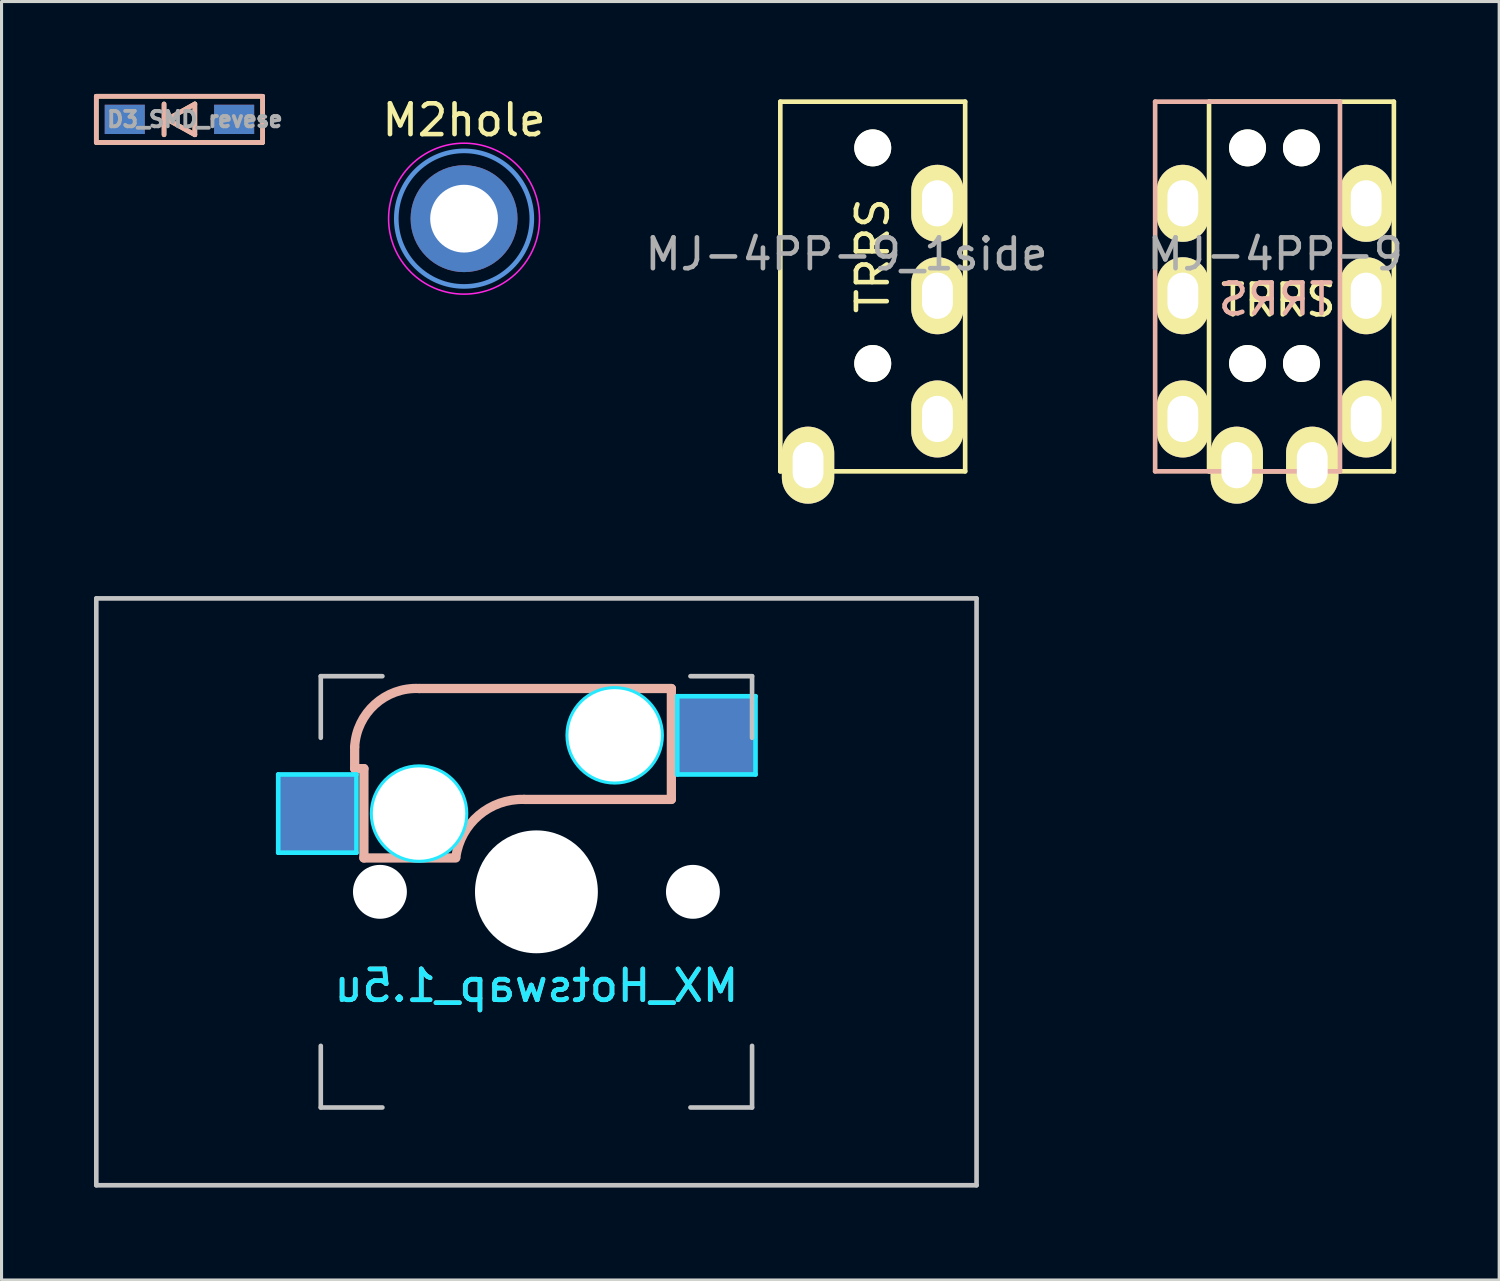
<source format=kicad_pcb>
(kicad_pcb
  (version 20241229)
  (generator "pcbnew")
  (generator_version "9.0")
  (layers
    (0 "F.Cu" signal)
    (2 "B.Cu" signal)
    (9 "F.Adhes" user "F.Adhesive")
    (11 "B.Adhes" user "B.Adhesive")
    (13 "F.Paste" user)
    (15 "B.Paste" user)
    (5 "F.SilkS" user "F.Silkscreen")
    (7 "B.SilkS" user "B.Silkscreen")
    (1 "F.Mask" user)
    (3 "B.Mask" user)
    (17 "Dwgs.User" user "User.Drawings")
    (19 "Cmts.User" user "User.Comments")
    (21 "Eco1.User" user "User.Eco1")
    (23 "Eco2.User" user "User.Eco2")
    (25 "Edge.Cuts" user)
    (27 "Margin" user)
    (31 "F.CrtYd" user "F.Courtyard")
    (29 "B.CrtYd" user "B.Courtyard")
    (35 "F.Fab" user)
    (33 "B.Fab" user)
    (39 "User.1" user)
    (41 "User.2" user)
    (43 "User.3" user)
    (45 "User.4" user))
  (footprint "D3_SMD_revese"
    (layer "F.Cu")
    (at 2.775 0.825)
    (property "Reference" "D3_SMD_revese" (at 0.5 0 0) (layer "F.Fab") (effects (font (size 0.5 0.5) (thickness 0.125))))
    (attr through_hole)
    (fp_line (start -2.7 -0.75) (end -2.7 0.75) (stroke (width 0.15) (type solid)) (layer "F.SilkS"))
    (fp_line (start -2.7 0.75) (end 2.7 0.75) (stroke (width 0.15) (type solid)) (layer "F.SilkS"))
    (fp_line (start -0.5 -0.5) (end -0.5 0.5) (stroke (width 0.15) (type solid)) (layer "F.SilkS"))
    (fp_line (start -0.4 0) (end 0.5 -0.5) (stroke (width 0.15) (type solid)) (layer "F.SilkS"))
    (fp_line (start 0.5 -0.5) (end 0.5 0.5) (stroke (width 0.15) (type solid)) (layer "F.SilkS"))
    (fp_line (start 0.5 0.5) (end -0.4 0) (stroke (width 0.15) (type solid)) (layer "F.SilkS"))
    (fp_line (start 2.7 -0.75) (end -2.7 -0.75) (stroke (width 0.15) (type solid)) (layer "F.SilkS"))
    (fp_line (start 2.7 -0.75) (end 2.7 0.75) (stroke (width 0.15) (type solid)) (layer "F.SilkS"))
    (fp_line (start -2.7 -0.75) (end -2.7 0.75) (stroke (width 0.15) (type solid)) (layer "B.SilkS"))
    (fp_line (start -2.7 0.75) (end 2.7 0.75) (stroke (width 0.15) (type solid)) (layer "B.SilkS"))
    (fp_line (start -0.5 -0.5) (end -0.5 0.5) (stroke (width 0.15) (type solid)) (layer "B.SilkS"))
    (fp_line (start -0.4 0) (end 0.5 -0.5) (stroke (width 0.15) (type solid)) (layer "B.SilkS"))
    (fp_line (start 0.5 -0.5) (end 0.5 0.5) (stroke (width 0.15) (type solid)) (layer "B.SilkS"))
    (fp_line (start 0.5 0.5) (end -0.4 0) (stroke (width 0.15) (type solid)) (layer "B.SilkS"))
    (fp_line (start 2.7 -0.75) (end -2.7 -0.75) (stroke (width 0.15) (type solid)) (layer "B.SilkS"))
    (fp_line (start 2.7 0.75) (end 2.7 -0.75) (stroke (width 0.15) (type solid)) (layer "B.SilkS"))
    (pad "1" smd rect (at -1.775 0) (size 1.3 0.95) (layers "F.Cu" "F.Mask" "F.Paste"))
    (pad "1" smd rect (at -1.775 0) (size 1.3 0.95) (layers "B.Cu" "B.Mask" "B.Paste"))
    (pad "2" smd rect (at 1.775 0) (size 1.3 0.95) (layers "F.Cu" "F.Mask" "F.Paste"))
    (pad "2" smd rect (at 1.775 0) (size 1.3 0.95) (layers "B.Cu" "B.Mask" "B.Paste")))
  (footprint "MJ-4PP-9"
    (layer "F.Cu")
    (at 39.197 0.25)
    (property "Reference" "MJ-4PP-9" (at -0.85 4.95 0) (layer "F.Fab") (effects (font (size 1 1) (thickness 0.15))))
    (attr through_hole)
    (fp_line (start -3 0) (end 3 0) (stroke (width 0.15) (type solid)) (layer "F.SilkS"))
    (fp_line (start -3 12) (end -3 0) (stroke (width 0.15) (type solid)) (layer "F.SilkS"))
    (fp_line (start 3 0) (end 3 12) (stroke (width 0.15) (type solid)) (layer "F.SilkS"))
    (fp_line (start 3 12) (end -3 12) (stroke (width 0.15) (type solid)) (layer "F.SilkS"))
    (fp_line (start -4.75 0) (end 1.25 0) (stroke (width 0.15) (type solid)) (layer "B.SilkS"))
    (fp_line (start -4.75 12) (end -4.75 0) (stroke (width 0.15) (type solid)) (layer "B.SilkS"))
    (fp_line (start 1.25 0) (end 1.25 12) (stroke (width 0.15) (type solid)) (layer "B.SilkS"))
    (fp_line (start 1.25 12) (end -4.75 12) (stroke (width 0.15) (type solid)) (layer "B.SilkS"))
    (fp_text user "TRRS" (at -0.75 6.45 0) (layer "F.SilkS") (effects (font (size 1 1) (thickness 0.15))))
    (fp_text user "TRRS" (at -0.826 6.413 0) (layer "B.SilkS") (effects (font (size 1 1) (thickness 0.15)) (justify mirror)))
    (pad "" np_thru_hole circle (at -1.75 1.5) (size 1.2 1.2) (drill 1.2) (layers "*.Cu" "*.Mask" "F.SilkS"))
    (pad "" np_thru_hole circle (at -1.75 8.5) (size 1.2 1.2) (drill 1.2) (layers "*.Cu" "*.Mask" "F.SilkS"))
    (pad "" np_thru_hole circle (at 0 1.5) (size 1.2 1.2) (drill 1.2) (layers "*.Cu" "*.Mask" "F.SilkS"))
    (pad "" np_thru_hole circle (at 0 8.5) (size 1.2 1.2) (drill 1.2) (layers "*.Cu" "*.Mask" "F.SilkS"))
    (pad "R1" thru_hole oval (at -3.85 6.3) (size 1.7 2.5) (drill oval 1 1.5) (layers "*.Cu" "*.Mask" "F.SilkS"))
    (pad "R1" thru_hole oval (at 2.1 6.3) (size 1.7 2.5) (drill oval 1 1.5) (layers "*.Cu" "*.Mask" "F.SilkS"))
    (pad "R2" thru_hole oval (at -3.85 3.3) (size 1.7 2.5) (drill oval 1 1.5) (layers "*.Cu" "*.Mask" "F.SilkS"))
    (pad "R2" thru_hole oval (at 2.1 3.3) (size 1.7 2.5) (drill oval 1 1.5) (layers "*.Cu" "*.Mask" "F.SilkS"))
    (pad "S" thru_hole oval (at -2.1 11.8) (size 1.7 2.5) (drill oval 1 1.5) (layers "*.Cu" "*.Mask" "F.SilkS"))
    (pad "S" thru_hole oval (at 0.35 11.8) (size 1.7 2.5) (drill oval 1 1.5) (layers "*.Cu" "*.Mask" "F.SilkS"))
    (pad "T" thru_hole oval (at -3.85 10.3) (size 1.7 2.5) (drill oval 1 1.5) (layers "*.Cu" "*.Mask" "F.SilkS"))
    (pad "T" thru_hole oval (at 2.1 10.3) (size 1.7 2.5) (drill oval 1 1.5) (layers "*.Cu" "*.Mask" "F.SilkS")))
  (footprint "MX_Hotswap_1.5u"
    (layer "F.Cu")
    (at 14.363 25.9)
    (property "Reference" "MX_Hotswap_1.5u" (at 0 3.048 0) (layer "B.CrtYd") (effects (font (size 1 1) (thickness 0.15)) (justify mirror)))
    (attr smd)
    (fp_line (start -5.9 -4.7) (end -5.9 -4) (stroke (width 0.3) (type solid)) (layer "B.SilkS"))
    (fp_line (start -5.9 -4) (end -5.6 -4) (stroke (width 0.3) (type solid)) (layer "B.SilkS"))
    (fp_line (start -5.6 -4) (end -5.6 -1.1) (stroke (width 0.3) (type solid)) (layer "B.SilkS"))
    (fp_line (start -5.6 -1.1) (end -2.62 -1.1) (stroke (width 0.3) (type solid)) (layer "B.SilkS"))
    (fp_line (start -0.4 -3) (end 4.38 -3) (stroke (width 0.3) (type solid)) (layer "B.SilkS"))
    (fp_line (start 4.38 -6.6) (end -3.8 -6.6) (stroke (width 0.3) (type solid)) (layer "B.SilkS"))
    (fp_line (start 4.38 -3) (end 4.38 -6.6) (stroke (width 0.3) (type solid)) (layer "B.SilkS"))
    (fp_arc (start -5.9 -4.699999) (mid -5.243504 -6.084924) (end -3.800001 -6.6) (stroke (width 0.3) (type solid)) (layer "B.SilkS"))
    (fp_arc (start -2.616318 -1.121471) (mid -1.868709 -2.486118) (end -0.4 -3) (stroke (width 0.3) (type solid)) (layer "B.SilkS"))
    (fp_line (start -14.287 -9.525) (end 14.287 -9.525) (stroke (width 0.15) (type solid)) (layer "Dwgs.User"))
    (fp_line (start -14.287 9.525) (end -14.287 -9.525) (stroke (width 0.15) (type solid)) (layer "Dwgs.User"))
    (fp_line (start -7 -7) (end -7 -5) (stroke (width 0.15) (type solid)) (layer "Dwgs.User"))
    (fp_line (start -7 5) (end -7 7) (stroke (width 0.15) (type solid)) (layer "Dwgs.User"))
    (fp_line (start -7 7) (end -5 7) (stroke (width 0.15) (type solid)) (layer "Dwgs.User"))
    (fp_line (start -5 -7) (end -7 -7) (stroke (width 0.15) (type solid)) (layer "Dwgs.User"))
    (fp_line (start 5 -7) (end 7 -7) (stroke (width 0.15) (type solid)) (layer "Dwgs.User"))
    (fp_line (start 5 7) (end 7 7) (stroke (width 0.15) (type solid)) (layer "Dwgs.User"))
    (fp_line (start 7 -7) (end 7 -5) (stroke (width 0.15) (type solid)) (layer "Dwgs.User"))
    (fp_line (start 7 7) (end 7 5) (stroke (width 0.15) (type solid)) (layer "Dwgs.User"))
    (fp_line (start 14.287 -9.525) (end 14.287 9.525) (stroke (width 0.15) (type solid)) (layer "Dwgs.User"))
    (fp_line (start 14.287 9.525) (end -14.287 9.525) (stroke (width 0.15) (type solid)) (layer "Dwgs.User"))
    (fp_line (start -8.382 -3.81) (end -5.842 -3.81) (stroke (width 0.15) (type solid)) (layer "B.CrtYd"))
    (fp_line (start -8.382 -1.27) (end -8.382 -3.81) (stroke (width 0.15) (type solid)) (layer "B.CrtYd"))
    (fp_line (start -5.842 -3.81) (end -5.842 -1.27) (stroke (width 0.15) (type solid)) (layer "B.CrtYd"))
    (fp_line (start -5.842 -1.27) (end -8.382 -1.27) (stroke (width 0.15) (type solid)) (layer "B.CrtYd"))
    (fp_line (start 4.572 -6.35) (end 7.112 -6.35) (stroke (width 0.15) (type solid)) (layer "B.CrtYd"))
    (fp_line (start 4.572 -3.81) (end 4.572 -6.35) (stroke (width 0.15) (type solid)) (layer "B.CrtYd"))
    (fp_line (start 7.112 -6.35) (end 7.112 -3.81) (stroke (width 0.15) (type solid)) (layer "B.CrtYd"))
    (fp_line (start 7.112 -3.81) (end 4.572 -3.81) (stroke (width 0.15) (type solid)) (layer "B.CrtYd"))
    (fp_circle (center -3.81 -2.54) (end -3.81 -4.064) (stroke (width 0.15) (type solid)) (fill no) (layer "B.CrtYd"))
    (fp_circle (center 2.54 -5.08) (end 2.54 -6.604) (stroke (width 0.15) (type solid)) (fill no) (layer "B.CrtYd"))
    (fp_text user "${REFERENCE}" (at 0 3.048 0) (layer "B.SilkS") (effects (font (size 1 1) (thickness 0.15)) (justify mirror)))
    (pad "" np_thru_hole circle (at -5.08 0 48.1) (size 1.75 1.75) (drill 1.75) (layers "*.Cu" "*.Mask"))
    (pad "" np_thru_hole circle (at -3.81 -2.54) (size 3 3) (drill 3) (layers "*.Cu" "*.Mask"))
    (pad "" np_thru_hole circle (at 0 0) (size 3.988 3.988) (drill 3.988) (layers "*.Cu" "*.Mask"))
    (pad "" np_thru_hole circle (at 2.54 -5.08) (size 3 3) (drill 3) (layers "*.Cu" "*.Mask"))
    (pad "" np_thru_hole circle (at 5.08 0 48.1) (size 1.75 1.75) (drill 1.75) (layers "*.Cu" "*.Mask"))
    (pad "1" smd rect (at -7.085 -2.54) (size 2.55 2.5) (layers "B.Cu" "B.Mask" "B.Paste"))
    (pad "2" smd rect (at 5.842 -5.08) (size 2.55 2.5) (layers "B.Cu" "B.Mask" "B.Paste")))
  (footprint "MJ-4PP-9_1side"
    (layer "F.Cu")
    (at 25.28 0.25)
    (property "Reference" "MJ-4PP-9_1side" (at -0.85 4.95 0) (layer "F.Fab") (effects (font (size 1 1) (thickness 0.15))))
    (attr through_hole)
    (fp_line (start -3 0) (end 3 0) (stroke (width 0.15) (type solid)) (layer "F.SilkS"))
    (fp_line (start -3 12) (end -3 0) (stroke (width 0.15) (type solid)) (layer "F.SilkS"))
    (fp_line (start 3 0) (end 3 12) (stroke (width 0.15) (type solid)) (layer "F.SilkS"))
    (fp_line (start 3 12) (end -3 12) (stroke (width 0.15) (type solid)) (layer "F.SilkS"))
    (fp_text user "TRRS" (at 0 5 90) (layer "F.SilkS") (effects (font (size 1 1) (thickness 0.15))))
    (pad "" np_thru_hole circle (at 0 1.5) (size 1.2 1.2) (drill 1.2) (layers "*.Cu" "*.Mask" "F.SilkS"))
    (pad "" np_thru_hole circle (at 0 8.5) (size 1.2 1.2) (drill 1.2) (layers "*.Cu" "*.Mask" "F.SilkS"))
    (pad "R1" thru_hole oval (at 2.1 6.3) (size 1.7 2.5) (drill oval 1 1.5) (layers "*.Cu" "B.Mask" "F.SilkS"))
    (pad "R2" thru_hole oval (at 2.1 3.3) (size 1.7 2.5) (drill oval 1 1.5) (layers "*.Cu" "B.Mask" "F.SilkS"))
    (pad "S" thru_hole oval (at -2.1 11.8) (size 1.7 2.5) (drill oval 1 1.5) (layers "*.Cu" "B.Mask" "F.SilkS"))
    (pad "T" thru_hole oval (at 2.1 10.3) (size 1.7 2.5) (drill oval 1 1.5) (layers "*.Cu" "B.Mask" "F.SilkS")))
  (footprint "M2hole"
    (layer "F.Cu")
    (at 12.014 4.048)
    (property "Reference" "M2hole" (at 0 -3.2 0) (layer "F.SilkS") (effects (font (size 1 1) (thickness 0.15))))
    (attr through_hole)
    (fp_circle (center 0 0) (end 2.2 0) (stroke (width 0.15) (type solid)) (fill no) (layer "Cmts.User"))
    (fp_circle (center 0 0) (end 2.45 0) (stroke (width 0.05) (type solid)) (fill no) (layer "F.CrtYd"))
    (pad "1" thru_hole circle (at 0 0) (size 3.47 3.47) (drill 2.2) (layers "*.Cu" "*.Mask")))
  (gr_rect
    (start -3 -3)
    (end 45.615 38.5)
    (stroke (width 0.1) (type default))
    (fill no)
    (layer "Edge.Cuts")))
</source>
